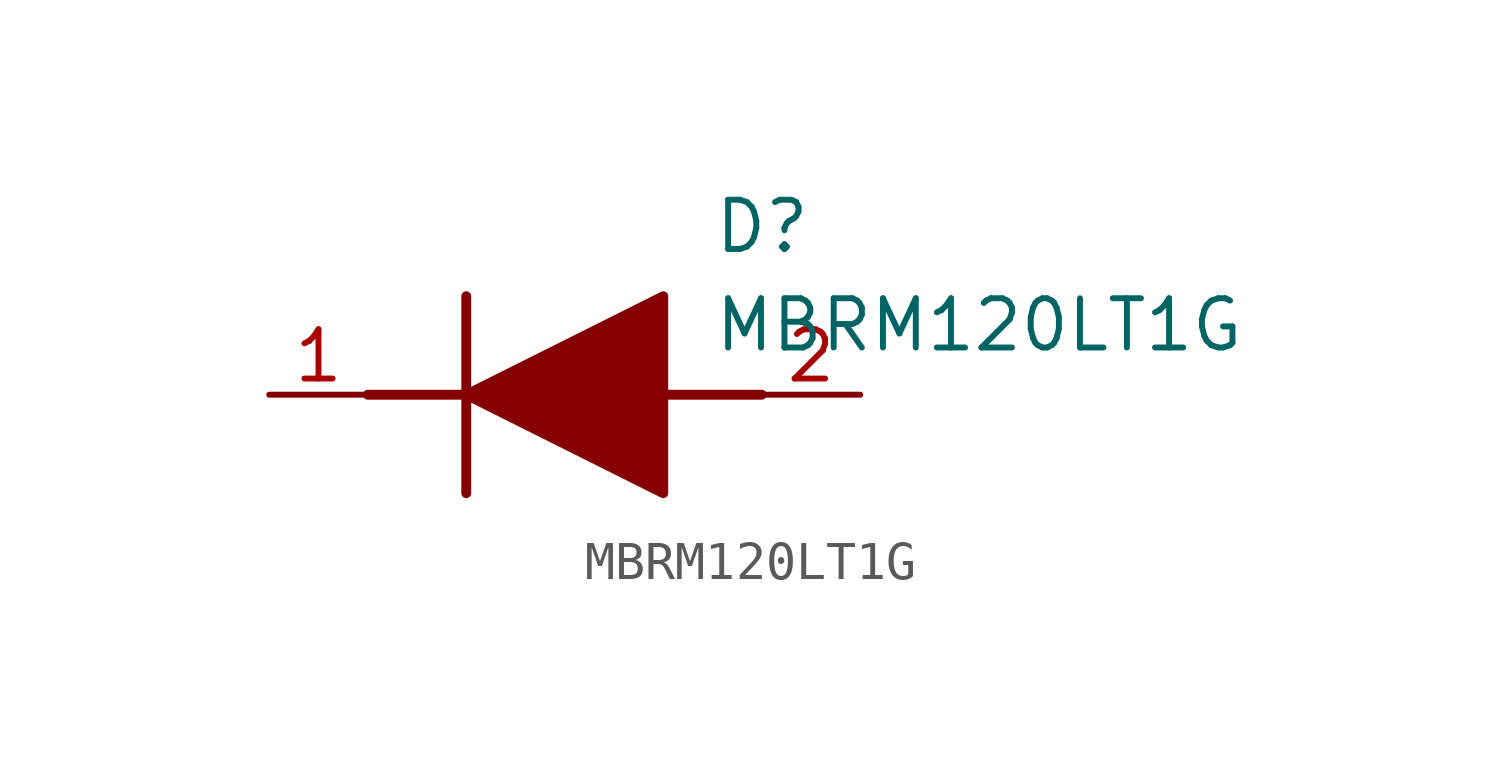
<source format=kicad_sym>
(kicad_symbol_lib
  (version 20211014)
  (generator SamacSys_ECAD_Model)
  (symbol "MBRM120LT1G"
    (pin_names hide)
    (property "Reference" "D"
      (at 11.43 5.08 0)
      (effects (font (size 1.27 1.27)) (justify left top)))
    (property "Value" "MBRM120LT1G"
      (at 11.43 2.54 0)
      (effects (font (size 1.27 1.27)) (justify left top)))
    (polyline
      (pts (xy 5.08 2.54) (xy 5.08 -2.54))
      (stroke (width 0.254) (type default))
      (fill (type none)))
    (polyline
      (pts (xy 2.54 0) (xy 5.08 0))
      (stroke (width 0.254) (type default))
      (fill (type none)))
    (polyline
      (pts (xy 10.16 0) (xy 12.7 0))
      (stroke (width 0.254) (type default))
      (fill (type none)))
    (polyline
      (pts (xy 5.08 0) (xy 10.16 2.54) (xy 10.16 -2.54) (xy 5.08 0))
      (stroke (width 0.254) (type default))
      (fill (type outline)))
    (pin passive line
      (at 0 0 0)
      (length 2.54)
      (name "K" (effects (font (size 1.27 1.27))))
      (number "1" (effects (font (size 1.27 1.27)))))
    (pin passive line
      (at 15.24 0 180)
      (length 2.54)
      (name "A" (effects (font (size 1.27 1.27))))
      (number "2" (effects (font (size 1.27 1.27)))))))
</source>
